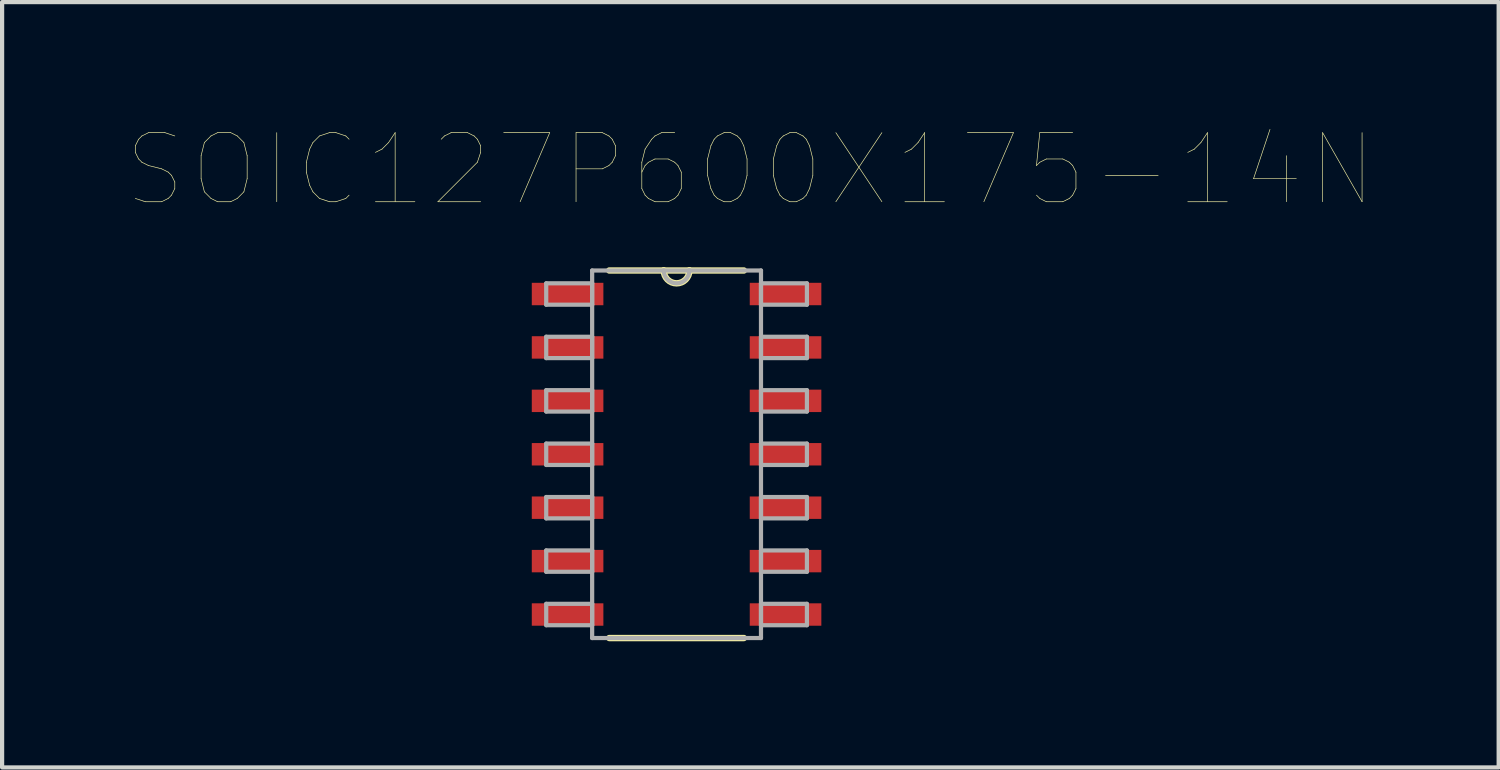
<source format=kicad_pcb>
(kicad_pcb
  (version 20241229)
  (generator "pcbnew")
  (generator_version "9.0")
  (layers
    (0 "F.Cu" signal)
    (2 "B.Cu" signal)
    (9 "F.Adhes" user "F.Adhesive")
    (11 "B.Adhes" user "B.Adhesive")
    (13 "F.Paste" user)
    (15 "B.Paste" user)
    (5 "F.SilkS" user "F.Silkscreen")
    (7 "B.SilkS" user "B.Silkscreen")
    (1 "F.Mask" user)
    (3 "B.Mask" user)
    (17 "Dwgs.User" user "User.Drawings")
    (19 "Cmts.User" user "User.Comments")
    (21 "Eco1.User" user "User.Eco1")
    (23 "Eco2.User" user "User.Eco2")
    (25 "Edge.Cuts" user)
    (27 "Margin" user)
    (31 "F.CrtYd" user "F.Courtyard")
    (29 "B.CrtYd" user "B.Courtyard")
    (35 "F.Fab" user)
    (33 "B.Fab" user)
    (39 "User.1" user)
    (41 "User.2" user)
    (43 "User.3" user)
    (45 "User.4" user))
  (footprint "SOIC127P600X175-14N"
    (layer "F.Cu")
    (at 13.035 7.75)
    (property "Reference" "SOIC127P600X175-14N" (at 1.754 -6.763 0) (layer "F.SilkS") (effects (font (size 1.642 1.642) (thickness 0.015))))
    (attr through_hole)
    (fp_line (start -1.6 4.369) (end 1.6 4.369) (stroke (width 0.152) (type solid)) (layer "F.SilkS"))
    (fp_line (start -0.305 -4.369) (end -1.6 -4.369) (stroke (width 0.152) (type solid)) (layer "F.SilkS"))
    (fp_line (start 0.305 -4.369) (end -0.305 -4.369) (stroke (width 0.152) (type solid)) (layer "F.SilkS"))
    (fp_line (start 1.6 -4.369) (end 0.305 -4.369) (stroke (width 0.152) (type solid)) (layer "F.SilkS"))
    (fp_arc (start 0.3048 -4.3688) (mid 0 -4.064) (end -0.3048 -4.3688) (stroke (width 0.1524) (type solid)) (layer "F.SilkS"))
    (fp_line (start -3.099 -4.064) (end -3.099 -3.556) (stroke (width 0.1) (type solid)) (layer "F.Fab"))
    (fp_line (start -3.099 -3.556) (end -2.007 -3.556) (stroke (width 0.1) (type solid)) (layer "F.Fab"))
    (fp_line (start -3.099 -2.794) (end -3.099 -2.286) (stroke (width 0.1) (type solid)) (layer "F.Fab"))
    (fp_line (start -3.099 -2.286) (end -2.007 -2.286) (stroke (width 0.1) (type solid)) (layer "F.Fab"))
    (fp_line (start -3.099 -1.524) (end -3.099 -1.016) (stroke (width 0.1) (type solid)) (layer "F.Fab"))
    (fp_line (start -3.099 -1.016) (end -2.007 -1.016) (stroke (width 0.1) (type solid)) (layer "F.Fab"))
    (fp_line (start -3.099 -0.254) (end -3.099 0.254) (stroke (width 0.1) (type solid)) (layer "F.Fab"))
    (fp_line (start -3.099 0.254) (end -2.007 0.254) (stroke (width 0.1) (type solid)) (layer "F.Fab"))
    (fp_line (start -3.099 1.016) (end -3.099 1.524) (stroke (width 0.1) (type solid)) (layer "F.Fab"))
    (fp_line (start -3.099 1.524) (end -2.007 1.524) (stroke (width 0.1) (type solid)) (layer "F.Fab"))
    (fp_line (start -3.099 2.286) (end -3.099 2.794) (stroke (width 0.1) (type solid)) (layer "F.Fab"))
    (fp_line (start -3.099 2.794) (end -2.007 2.794) (stroke (width 0.1) (type solid)) (layer "F.Fab"))
    (fp_line (start -3.099 3.556) (end -3.099 4.064) (stroke (width 0.1) (type solid)) (layer "F.Fab"))
    (fp_line (start -3.099 4.064) (end -2.007 4.064) (stroke (width 0.1) (type solid)) (layer "F.Fab"))
    (fp_line (start -2.007 -4.369) (end -2.007 4.369) (stroke (width 0.1) (type solid)) (layer "F.Fab"))
    (fp_line (start -2.007 -4.064) (end -3.099 -4.064) (stroke (width 0.1) (type solid)) (layer "F.Fab"))
    (fp_line (start -2.007 -3.556) (end -2.007 -4.064) (stroke (width 0.1) (type solid)) (layer "F.Fab"))
    (fp_line (start -2.007 -2.794) (end -3.099 -2.794) (stroke (width 0.1) (type solid)) (layer "F.Fab"))
    (fp_line (start -2.007 -2.286) (end -2.007 -2.794) (stroke (width 0.1) (type solid)) (layer "F.Fab"))
    (fp_line (start -2.007 -1.524) (end -3.099 -1.524) (stroke (width 0.1) (type solid)) (layer "F.Fab"))
    (fp_line (start -2.007 -1.016) (end -2.007 -1.524) (stroke (width 0.1) (type solid)) (layer "F.Fab"))
    (fp_line (start -2.007 -0.254) (end -3.099 -0.254) (stroke (width 0.1) (type solid)) (layer "F.Fab"))
    (fp_line (start -2.007 0.254) (end -2.007 -0.254) (stroke (width 0.1) (type solid)) (layer "F.Fab"))
    (fp_line (start -2.007 1.016) (end -3.099 1.016) (stroke (width 0.1) (type solid)) (layer "F.Fab"))
    (fp_line (start -2.007 1.524) (end -2.007 1.016) (stroke (width 0.1) (type solid)) (layer "F.Fab"))
    (fp_line (start -2.007 2.286) (end -3.099 2.286) (stroke (width 0.1) (type solid)) (layer "F.Fab"))
    (fp_line (start -2.007 2.794) (end -2.007 2.286) (stroke (width 0.1) (type solid)) (layer "F.Fab"))
    (fp_line (start -2.007 3.556) (end -3.099 3.556) (stroke (width 0.1) (type solid)) (layer "F.Fab"))
    (fp_line (start -2.007 4.064) (end -2.007 3.556) (stroke (width 0.1) (type solid)) (layer "F.Fab"))
    (fp_line (start -2.007 4.369) (end 2.007 4.369) (stroke (width 0.1) (type solid)) (layer "F.Fab"))
    (fp_line (start -0.305 -4.369) (end -2.007 -4.369) (stroke (width 0.1) (type solid)) (layer "F.Fab"))
    (fp_line (start 0.305 -4.369) (end -0.305 -4.369) (stroke (width 0.1) (type solid)) (layer "F.Fab"))
    (fp_line (start 2.007 -4.369) (end 0.305 -4.369) (stroke (width 0.1) (type solid)) (layer "F.Fab"))
    (fp_line (start 2.007 -4.064) (end 2.007 -3.556) (stroke (width 0.1) (type solid)) (layer "F.Fab"))
    (fp_line (start 2.007 -3.556) (end 3.099 -3.556) (stroke (width 0.1) (type solid)) (layer "F.Fab"))
    (fp_line (start 2.007 -2.794) (end 2.007 -2.286) (stroke (width 0.1) (type solid)) (layer "F.Fab"))
    (fp_line (start 2.007 -2.286) (end 3.099 -2.286) (stroke (width 0.1) (type solid)) (layer "F.Fab"))
    (fp_line (start 2.007 -1.524) (end 2.007 -1.016) (stroke (width 0.1) (type solid)) (layer "F.Fab"))
    (fp_line (start 2.007 -1.016) (end 3.099 -1.016) (stroke (width 0.1) (type solid)) (layer "F.Fab"))
    (fp_line (start 2.007 -0.254) (end 2.007 0.254) (stroke (width 0.1) (type solid)) (layer "F.Fab"))
    (fp_line (start 2.007 0.254) (end 3.099 0.254) (stroke (width 0.1) (type solid)) (layer "F.Fab"))
    (fp_line (start 2.007 1.016) (end 2.007 1.524) (stroke (width 0.1) (type solid)) (layer "F.Fab"))
    (fp_line (start 2.007 1.524) (end 3.099 1.524) (stroke (width 0.1) (type solid)) (layer "F.Fab"))
    (fp_line (start 2.007 2.286) (end 2.007 2.794) (stroke (width 0.1) (type solid)) (layer "F.Fab"))
    (fp_line (start 2.007 2.794) (end 3.099 2.794) (stroke (width 0.1) (type solid)) (layer "F.Fab"))
    (fp_line (start 2.007 3.556) (end 2.007 4.064) (stroke (width 0.1) (type solid)) (layer "F.Fab"))
    (fp_line (start 2.007 4.064) (end 3.099 4.064) (stroke (width 0.1) (type solid)) (layer "F.Fab"))
    (fp_line (start 2.007 4.369) (end 2.007 -4.369) (stroke (width 0.1) (type solid)) (layer "F.Fab"))
    (fp_line (start 3.099 -4.064) (end 2.007 -4.064) (stroke (width 0.1) (type solid)) (layer "F.Fab"))
    (fp_line (start 3.099 -3.556) (end 3.099 -4.064) (stroke (width 0.1) (type solid)) (layer "F.Fab"))
    (fp_line (start 3.099 -2.794) (end 2.007 -2.794) (stroke (width 0.1) (type solid)) (layer "F.Fab"))
    (fp_line (start 3.099 -2.286) (end 3.099 -2.794) (stroke (width 0.1) (type solid)) (layer "F.Fab"))
    (fp_line (start 3.099 -1.524) (end 2.007 -1.524) (stroke (width 0.1) (type solid)) (layer "F.Fab"))
    (fp_line (start 3.099 -1.016) (end 3.099 -1.524) (stroke (width 0.1) (type solid)) (layer "F.Fab"))
    (fp_line (start 3.099 -0.254) (end 2.007 -0.254) (stroke (width 0.1) (type solid)) (layer "F.Fab"))
    (fp_line (start 3.099 0.254) (end 3.099 -0.254) (stroke (width 0.1) (type solid)) (layer "F.Fab"))
    (fp_line (start 3.099 1.016) (end 2.007 1.016) (stroke (width 0.1) (type solid)) (layer "F.Fab"))
    (fp_line (start 3.099 1.524) (end 3.099 1.016) (stroke (width 0.1) (type solid)) (layer "F.Fab"))
    (fp_line (start 3.099 2.286) (end 2.007 2.286) (stroke (width 0.1) (type solid)) (layer "F.Fab"))
    (fp_line (start 3.099 2.794) (end 3.099 2.286) (stroke (width 0.1) (type solid)) (layer "F.Fab"))
    (fp_line (start 3.099 3.556) (end 2.007 3.556) (stroke (width 0.1) (type solid)) (layer "F.Fab"))
    (fp_line (start 3.099 4.064) (end 3.099 3.556) (stroke (width 0.1) (type solid)) (layer "F.Fab"))
    (fp_arc (start 0.3048 -4.3688) (mid 0 -4.064) (end -0.3048 -4.3688) (stroke (width 0.1) (type solid)) (layer "F.Fab"))
    (pad "1" smd rect (at -2.591 -3.81) (size 1.702 0.533) (layers "F.Cu" "F.Mask" "F.Paste"))
    (pad "2" smd rect (at -2.591 -2.54) (size 1.702 0.533) (layers "F.Cu" "F.Mask" "F.Paste"))
    (pad "3" smd rect (at -2.591 -1.27) (size 1.702 0.533) (layers "F.Cu" "F.Mask" "F.Paste"))
    (pad "4" smd rect (at -2.591 0) (size 1.702 0.533) (layers "F.Cu" "F.Mask" "F.Paste"))
    (pad "5" smd rect (at -2.591 1.27) (size 1.702 0.533) (layers "F.Cu" "F.Mask" "F.Paste"))
    (pad "6" smd rect (at -2.591 2.54) (size 1.702 0.533) (layers "F.Cu" "F.Mask" "F.Paste"))
    (pad "7" smd rect (at -2.591 3.81) (size 1.702 0.533) (layers "F.Cu" "F.Mask" "F.Paste"))
    (pad "8" smd rect (at 2.591 3.81) (size 1.702 0.533) (layers "F.Cu" "F.Mask" "F.Paste"))
    (pad "9" smd rect (at 2.591 2.54) (size 1.702 0.533) (layers "F.Cu" "F.Mask" "F.Paste"))
    (pad "10" smd rect (at 2.591 1.27) (size 1.702 0.533) (layers "F.Cu" "F.Mask" "F.Paste"))
    (pad "11" smd rect (at 2.591 0) (size 1.702 0.533) (layers "F.Cu" "F.Mask" "F.Paste"))
    (pad "12" smd rect (at 2.591 -1.27) (size 1.702 0.533) (layers "F.Cu" "F.Mask" "F.Paste"))
    (pad "13" smd rect (at 2.591 -2.54) (size 1.702 0.533) (layers "F.Cu" "F.Mask" "F.Paste"))
    (pad "14" smd rect (at 2.591 -3.81) (size 1.702 0.533) (layers "F.Cu" "F.Mask" "F.Paste")))
  (gr_rect
    (start -3 -3)
    (end 32.58 15.195)
    (stroke (width 0.1) (type default))
    (fill no)
    (layer "Edge.Cuts")))
</source>
